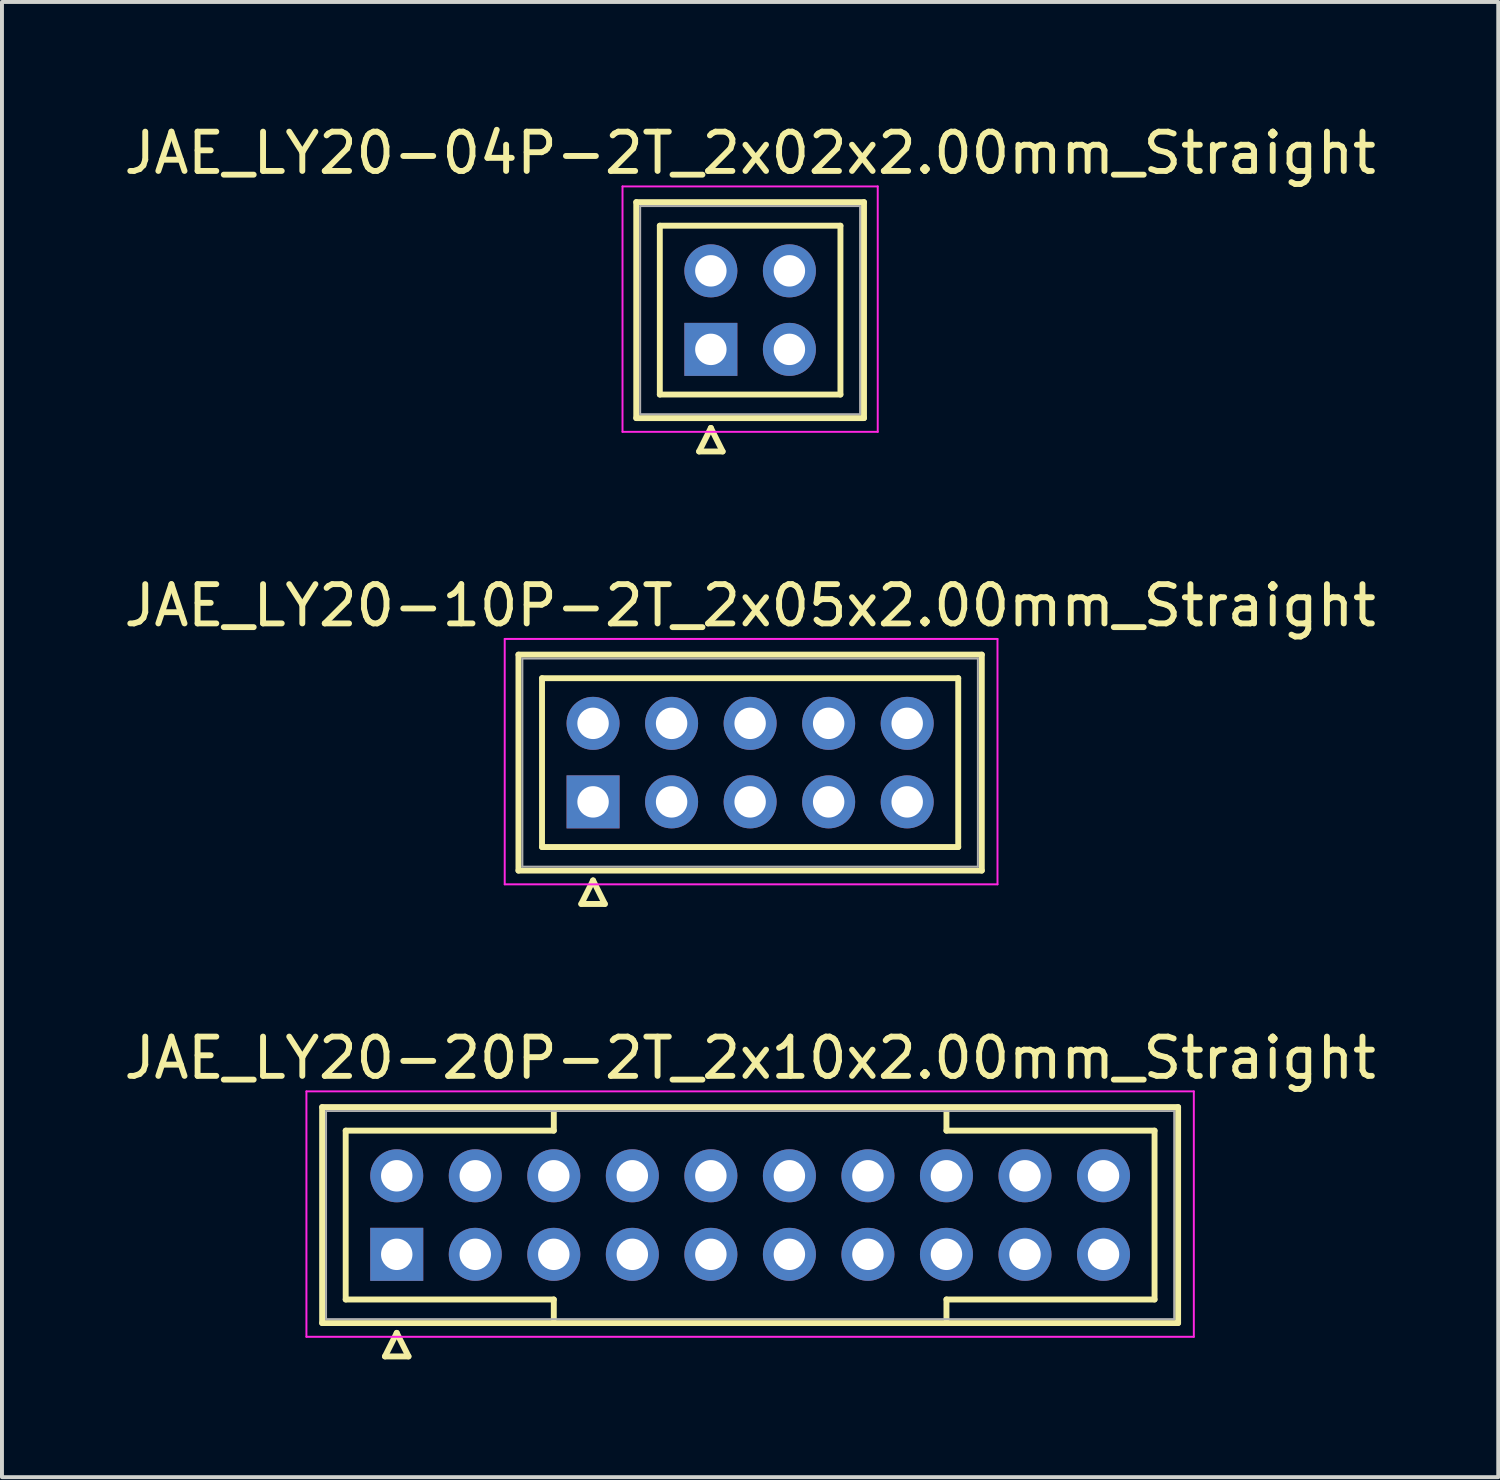
<source format=kicad_pcb>
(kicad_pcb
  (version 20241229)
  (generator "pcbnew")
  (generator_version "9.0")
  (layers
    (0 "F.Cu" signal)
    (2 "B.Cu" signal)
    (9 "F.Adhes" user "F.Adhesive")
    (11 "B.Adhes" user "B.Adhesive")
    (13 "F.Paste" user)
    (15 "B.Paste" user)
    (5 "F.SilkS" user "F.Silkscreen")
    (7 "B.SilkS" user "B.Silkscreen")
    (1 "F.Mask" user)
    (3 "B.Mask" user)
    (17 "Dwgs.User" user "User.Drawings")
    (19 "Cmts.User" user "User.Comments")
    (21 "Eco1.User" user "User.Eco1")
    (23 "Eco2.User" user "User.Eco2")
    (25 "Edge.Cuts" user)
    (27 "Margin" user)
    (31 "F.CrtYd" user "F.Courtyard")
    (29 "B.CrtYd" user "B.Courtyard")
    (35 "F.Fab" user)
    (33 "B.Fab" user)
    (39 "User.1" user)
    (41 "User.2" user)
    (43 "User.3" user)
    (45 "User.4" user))
  (footprint "JAE_LY20-04P-2T_2x02x2.00mm_Straight"
    (layer "F.Cu")
    (at 15.054 5.848)
    (property "Reference" "JAE_LY20-04P-2T_2x02x2.00mm_Straight" (at 1 -5 0) (layer "F.SilkS") (effects (font (size 1 1) (thickness 0.15))))
    (attr through_hole)
    (fp_line (start -1.9 -3.75) (end -1.9 1.75) (stroke (width 0.15) (type solid)) (layer "F.SilkS"))
    (fp_line (start -1.9 1.75) (end 3.9 1.75) (stroke (width 0.15) (type solid)) (layer "F.SilkS"))
    (fp_line (start -1.3 -3.15) (end -1.3 1.15) (stroke (width 0.15) (type solid)) (layer "F.SilkS"))
    (fp_line (start -1.3 1.15) (end 3.3 1.15) (stroke (width 0.15) (type solid)) (layer "F.SilkS"))
    (fp_line (start -0.3 2.6) (end 0.3 2.6) (stroke (width 0.15) (type solid)) (layer "F.SilkS"))
    (fp_line (start 0 2) (end -0.3 2.6) (stroke (width 0.15) (type solid)) (layer "F.SilkS"))
    (fp_line (start 0.3 2.6) (end 0 2) (stroke (width 0.15) (type solid)) (layer "F.SilkS"))
    (fp_line (start 3.3 -3.15) (end -1.3 -3.15) (stroke (width 0.15) (type solid)) (layer "F.SilkS"))
    (fp_line (start 3.3 1.15) (end 3.3 -3.15) (stroke (width 0.15) (type solid)) (layer "F.SilkS"))
    (fp_line (start 3.9 -3.75) (end -1.9 -3.75) (stroke (width 0.15) (type solid)) (layer "F.SilkS"))
    (fp_line (start 3.9 1.75) (end 3.9 -3.75) (stroke (width 0.15) (type solid)) (layer "F.SilkS"))
    (fp_line (start -2.25 -4.15) (end -2.25 2.1) (stroke (width 0.05) (type solid)) (layer "F.CrtYd"))
    (fp_line (start -2.25 2.1) (end 4.25 2.1) (stroke (width 0.05) (type solid)) (layer "F.CrtYd"))
    (fp_line (start 4.25 -4.15) (end -2.25 -4.15) (stroke (width 0.05) (type solid)) (layer "F.CrtYd"))
    (fp_line (start 4.25 2.1) (end 4.25 -4.15) (stroke (width 0.05) (type solid)) (layer "F.CrtYd"))
    (fp_line (start -1.8 -3.65) (end -1.8 1.65) (stroke (width 0.05) (type solid)) (layer "F.Fab"))
    (fp_line (start -1.8 1.65) (end 3.8 1.65) (stroke (width 0.05) (type solid)) (layer "F.Fab"))
    (fp_line (start 3.8 -3.65) (end -1.8 -3.65) (stroke (width 0.05) (type solid)) (layer "F.Fab"))
    (fp_line (start 3.8 1.65) (end 3.8 -3.65) (stroke (width 0.05) (type solid)) (layer "F.Fab"))
    (pad "1" thru_hole rect (at 0 0) (size 1.35 1.35) (drill 0.8) (layers "*.Cu" "*.Mask"))
    (pad "2" thru_hole circle (at 2 0) (size 1.35 1.35) (drill 0.8) (layers "*.Cu" "*.Mask"))
    (pad "3" thru_hole circle (at 0 -2) (size 1.35 1.35) (drill 0.8) (layers "*.Cu" "*.Mask"))
    (pad "4" thru_hole circle (at 2 -2) (size 1.35 1.35) (drill 0.8) (layers "*.Cu" "*.Mask")))
  (footprint "JAE_LY20-10P-2T_2x05x2.00mm_Straight"
    (layer "F.Cu")
    (at 12.054 17.372)
    (property "Reference" "JAE_LY20-10P-2T_2x05x2.00mm_Straight" (at 4 -5 0) (layer "F.SilkS") (effects (font (size 1 1) (thickness 0.15))))
    (attr through_hole)
    (fp_line (start -1.9 -3.75) (end -1.9 1.75) (stroke (width 0.15) (type solid)) (layer "F.SilkS"))
    (fp_line (start -1.9 1.75) (end 9.9 1.75) (stroke (width 0.15) (type solid)) (layer "F.SilkS"))
    (fp_line (start -1.3 -3.15) (end -1.3 1.15) (stroke (width 0.15) (type solid)) (layer "F.SilkS"))
    (fp_line (start -1.3 1.15) (end 9.3 1.15) (stroke (width 0.15) (type solid)) (layer "F.SilkS"))
    (fp_line (start -0.3 2.6) (end 0.3 2.6) (stroke (width 0.15) (type solid)) (layer "F.SilkS"))
    (fp_line (start 0 2) (end -0.3 2.6) (stroke (width 0.15) (type solid)) (layer "F.SilkS"))
    (fp_line (start 0.3 2.6) (end 0 2) (stroke (width 0.15) (type solid)) (layer "F.SilkS"))
    (fp_line (start 9.3 -3.15) (end -1.3 -3.15) (stroke (width 0.15) (type solid)) (layer "F.SilkS"))
    (fp_line (start 9.3 1.15) (end 9.3 -3.15) (stroke (width 0.15) (type solid)) (layer "F.SilkS"))
    (fp_line (start 9.9 -3.75) (end -1.9 -3.75) (stroke (width 0.15) (type solid)) (layer "F.SilkS"))
    (fp_line (start 9.9 1.75) (end 9.9 -3.75) (stroke (width 0.15) (type solid)) (layer "F.SilkS"))
    (fp_line (start -2.25 -4.15) (end -2.25 2.1) (stroke (width 0.05) (type solid)) (layer "F.CrtYd"))
    (fp_line (start -2.25 2.1) (end 10.3 2.1) (stroke (width 0.05) (type solid)) (layer "F.CrtYd"))
    (fp_line (start 10.3 -4.15) (end -2.25 -4.15) (stroke (width 0.05) (type solid)) (layer "F.CrtYd"))
    (fp_line (start 10.3 2.1) (end 10.3 -4.15) (stroke (width 0.05) (type solid)) (layer "F.CrtYd"))
    (fp_line (start -1.8 -3.65) (end -1.8 1.65) (stroke (width 0.05) (type solid)) (layer "F.Fab"))
    (fp_line (start -1.8 1.65) (end 9.8 1.65) (stroke (width 0.05) (type solid)) (layer "F.Fab"))
    (fp_line (start 9.8 -3.65) (end -1.8 -3.65) (stroke (width 0.05) (type solid)) (layer "F.Fab"))
    (fp_line (start 9.8 1.65) (end 9.8 -3.65) (stroke (width 0.05) (type solid)) (layer "F.Fab"))
    (pad "1" thru_hole rect (at 0 0) (size 1.35 1.35) (drill 0.8) (layers "*.Cu" "*.Mask"))
    (pad "2" thru_hole circle (at 2 0) (size 1.35 1.35) (drill 0.8) (layers "*.Cu" "*.Mask"))
    (pad "3" thru_hole circle (at 4 0) (size 1.35 1.35) (drill 0.8) (layers "*.Cu" "*.Mask"))
    (pad "4" thru_hole circle (at 6 0) (size 1.35 1.35) (drill 0.8) (layers "*.Cu" "*.Mask"))
    (pad "5" thru_hole circle (at 8 0) (size 1.35 1.35) (drill 0.8) (layers "*.Cu" "*.Mask"))
    (pad "6" thru_hole circle (at 0 -2) (size 1.35 1.35) (drill 0.8) (layers "*.Cu" "*.Mask"))
    (pad "7" thru_hole circle (at 2 -2) (size 1.35 1.35) (drill 0.8) (layers "*.Cu" "*.Mask"))
    (pad "8" thru_hole circle (at 4 -2) (size 1.35 1.35) (drill 0.8) (layers "*.Cu" "*.Mask"))
    (pad "9" thru_hole circle (at 6 -2) (size 1.35 1.35) (drill 0.8) (layers "*.Cu" "*.Mask"))
    (pad "10" thru_hole circle (at 8 -2) (size 1.35 1.35) (drill 0.8) (layers "*.Cu" "*.Mask")))
  (footprint "JAE_LY20-20P-2T_2x10x2.00mm_Straight"
    (layer "F.Cu")
    (at 7.054 28.895)
    (property "Reference" "JAE_LY20-20P-2T_2x10x2.00mm_Straight" (at 9 -5 0) (layer "F.SilkS") (effects (font (size 1 1) (thickness 0.15))))
    (attr through_hole)
    (fp_line (start -1.9 -3.75) (end -1.9 1.75) (stroke (width 0.15) (type solid)) (layer "F.SilkS"))
    (fp_line (start -1.9 1.75) (end 19.9 1.75) (stroke (width 0.15) (type solid)) (layer "F.SilkS"))
    (fp_line (start -1.3 -3.15) (end 4 -3.15) (stroke (width 0.15) (type solid)) (layer "F.SilkS"))
    (fp_line (start -1.3 1.15) (end -1.3 -3.15) (stroke (width 0.15) (type solid)) (layer "F.SilkS"))
    (fp_line (start -0.3 2.6) (end 0.3 2.6) (stroke (width 0.15) (type solid)) (layer "F.SilkS"))
    (fp_line (start 0 2) (end -0.3 2.6) (stroke (width 0.15) (type solid)) (layer "F.SilkS"))
    (fp_line (start 0.3 2.6) (end 0 2) (stroke (width 0.15) (type solid)) (layer "F.SilkS"))
    (fp_line (start 4 -3.15) (end 4 -3.65) (stroke (width 0.15) (type solid)) (layer "F.SilkS"))
    (fp_line (start 4 1.15) (end -1.3 1.15) (stroke (width 0.15) (type solid)) (layer "F.SilkS"))
    (fp_line (start 4 1.65) (end 4 1.15) (stroke (width 0.15) (type solid)) (layer "F.SilkS"))
    (fp_line (start 14 -3.15) (end 14 -3.65) (stroke (width 0.15) (type solid)) (layer "F.SilkS"))
    (fp_line (start 14 1.15) (end 19.3 1.15) (stroke (width 0.15) (type solid)) (layer "F.SilkS"))
    (fp_line (start 14 1.65) (end 14 1.15) (stroke (width 0.15) (type solid)) (layer "F.SilkS"))
    (fp_line (start 19.3 -3.15) (end 14 -3.15) (stroke (width 0.15) (type solid)) (layer "F.SilkS"))
    (fp_line (start 19.3 1.15) (end 19.3 -3.15) (stroke (width 0.15) (type solid)) (layer "F.SilkS"))
    (fp_line (start 19.9 -3.75) (end -1.9 -3.75) (stroke (width 0.15) (type solid)) (layer "F.SilkS"))
    (fp_line (start 19.9 1.75) (end 19.9 -3.75) (stroke (width 0.15) (type solid)) (layer "F.SilkS"))
    (fp_line (start -2.3 -4.15) (end -2.3 2.1) (stroke (width 0.05) (type solid)) (layer "F.CrtYd"))
    (fp_line (start -2.3 2.1) (end 20.3 2.1) (stroke (width 0.05) (type solid)) (layer "F.CrtYd"))
    (fp_line (start 20.3 -4.15) (end -2.3 -4.15) (stroke (width 0.05) (type solid)) (layer "F.CrtYd"))
    (fp_line (start 20.3 2.1) (end 20.3 -4.15) (stroke (width 0.05) (type solid)) (layer "F.CrtYd"))
    (fp_line (start -1.8 -3.65) (end -1.8 1.65) (stroke (width 0.05) (type solid)) (layer "F.Fab"))
    (fp_line (start -1.8 1.65) (end 19.8 1.65) (stroke (width 0.05) (type solid)) (layer "F.Fab"))
    (fp_line (start 19.8 -3.65) (end -1.8 -3.65) (stroke (width 0.05) (type solid)) (layer "F.Fab"))
    (fp_line (start 19.8 1.65) (end 19.8 -3.65) (stroke (width 0.05) (type solid)) (layer "F.Fab"))
    (pad "1" thru_hole rect (at 0 0) (size 1.35 1.35) (drill 0.8) (layers "*.Cu" "*.Mask"))
    (pad "2" thru_hole circle (at 2 0) (size 1.35 1.35) (drill 0.8) (layers "*.Cu" "*.Mask"))
    (pad "3" thru_hole circle (at 4 0) (size 1.35 1.35) (drill 0.8) (layers "*.Cu" "*.Mask"))
    (pad "4" thru_hole circle (at 6 0) (size 1.35 1.35) (drill 0.8) (layers "*.Cu" "*.Mask"))
    (pad "5" thru_hole circle (at 8 0) (size 1.35 1.35) (drill 0.8) (layers "*.Cu" "*.Mask"))
    (pad "6" thru_hole circle (at 10 0) (size 1.35 1.35) (drill 0.8) (layers "*.Cu" "*.Mask"))
    (pad "7" thru_hole circle (at 12 0) (size 1.35 1.35) (drill 0.8) (layers "*.Cu" "*.Mask"))
    (pad "8" thru_hole circle (at 14 0) (size 1.35 1.35) (drill 0.8) (layers "*.Cu" "*.Mask"))
    (pad "9" thru_hole circle (at 16 0) (size 1.35 1.35) (drill 0.8) (layers "*.Cu" "*.Mask"))
    (pad "10" thru_hole circle (at 18 0) (size 1.35 1.35) (drill 0.8) (layers "*.Cu" "*.Mask"))
    (pad "11" thru_hole circle (at 0 -2) (size 1.35 1.35) (drill 0.8) (layers "*.Cu" "*.Mask"))
    (pad "12" thru_hole circle (at 2 -2) (size 1.35 1.35) (drill 0.8) (layers "*.Cu" "*.Mask"))
    (pad "13" thru_hole circle (at 4 -2) (size 1.35 1.35) (drill 0.8) (layers "*.Cu" "*.Mask"))
    (pad "14" thru_hole circle (at 6 -2) (size 1.35 1.35) (drill 0.8) (layers "*.Cu" "*.Mask"))
    (pad "15" thru_hole circle (at 8 -2) (size 1.35 1.35) (drill 0.8) (layers "*.Cu" "*.Mask"))
    (pad "16" thru_hole circle (at 10 -2) (size 1.35 1.35) (drill 0.8) (layers "*.Cu" "*.Mask"))
    (pad "17" thru_hole circle (at 12 -2) (size 1.35 1.35) (drill 0.8) (layers "*.Cu" "*.Mask"))
    (pad "18" thru_hole circle (at 14 -2) (size 1.35 1.35) (drill 0.8) (layers "*.Cu" "*.Mask"))
    (pad "19" thru_hole circle (at 16 -2) (size 1.35 1.35) (drill 0.8) (layers "*.Cu" "*.Mask"))
    (pad "20" thru_hole circle (at 18 -2) (size 1.35 1.35) (drill 0.8) (layers "*.Cu" "*.Mask")))
  (gr_rect
    (start -3 -3)
    (end 35.107 34.57)
    (stroke (width 0.1) (type default))
    (fill no)
    (layer "Edge.Cuts")))
</source>
